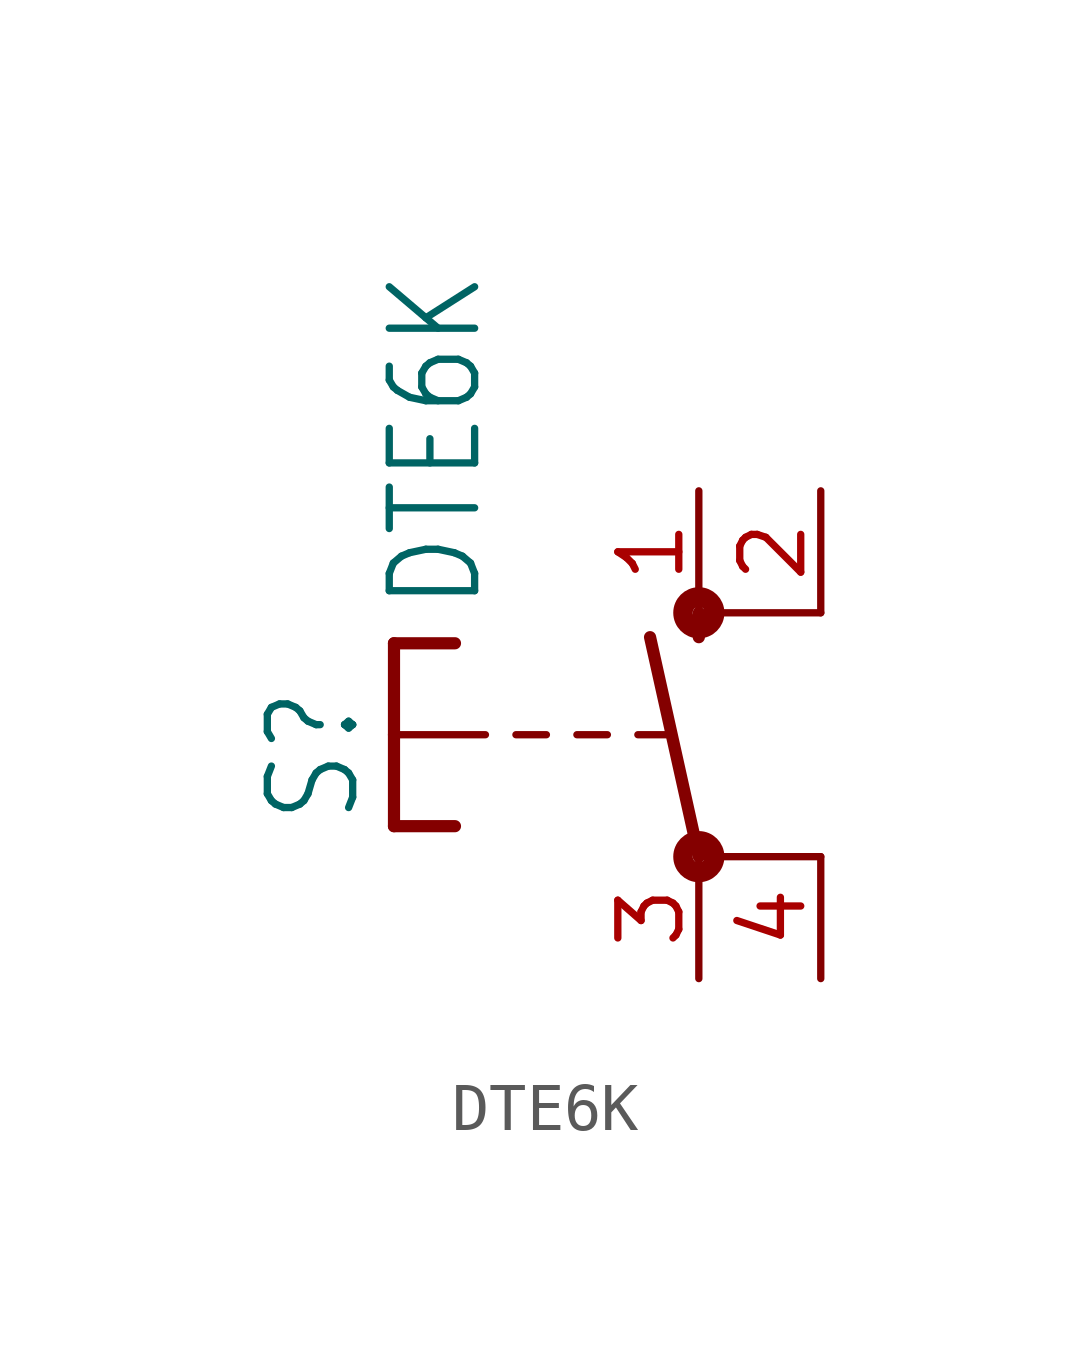
<source format=kicad_sym>
(kicad_symbol_lib
  (version 20211014)
  (generator kicad_symbol_editor)
  (symbol "DTE6K"
    (property "Reference" "S"
      (at -6.985 -1.905 90)
      (effects (font (size 1.778 1.511)) (justify left bottom)))
    (property "Value" "DTE6K"
      (at -4.445 2.54 90)
      (effects (font (size 1.778 1.511)) (justify left bottom)))
    (property "ki_locked" ""
      (at 0 0 0)
      (effects (font (size 1.27 1.27))))
    (symbol "DTE6K_1_0"
      (circle (center 0 -2.54) (radius 0.127) (stroke (width 0.406) (type default) (color 0 0 0 0)) (fill (type none)))
      (polyline (pts (xy -6.35 -1.905) (xy -5.08 -1.905)) (stroke (width 0.254) (type default) (color 0 0 0 0)) (fill (type none)))
      (polyline (pts (xy -6.35 0) (xy -6.35 -1.905)) (stroke (width 0.254) (type default) (color 0 0 0 0)) (fill (type none)))
      (polyline (pts (xy -6.35 0) (xy -4.445 0)) (stroke (width 0.152) (type default) (color 0 0 0 0)) (fill (type none)))
      (polyline (pts (xy -6.35 1.905) (xy -6.35 0)) (stroke (width 0.254) (type default) (color 0 0 0 0)) (fill (type none)))
      (polyline (pts (xy -6.35 1.905) (xy -5.08 1.905)) (stroke (width 0.254) (type default) (color 0 0 0 0)) (fill (type none)))
      (polyline (pts (xy -3.81 0) (xy -3.175 0)) (stroke (width 0.152) (type default) (color 0 0 0 0)) (fill (type none)))
      (polyline (pts (xy -2.54 0) (xy -1.905 0)) (stroke (width 0.152) (type default) (color 0 0 0 0)) (fill (type none)))
      (polyline (pts (xy -1.27 0) (xy -0.635 0)) (stroke (width 0.152) (type default) (color 0 0 0 0)) (fill (type none)))
      (polyline (pts (xy 0 -2.54) (xy -1.016 2.032)) (stroke (width 0.254) (type default) (color 0 0 0 0)) (fill (type none)))
      (polyline (pts (xy 0 2.032) (xy 0 2.54)) (stroke (width 0.254) (type default) (color 0 0 0 0)) (fill (type none)))
      (polyline (pts (xy 2.54 -2.54) (xy 0 -2.54)) (stroke (width 0.152) (type default) (color 0 0 0 0)) (fill (type none)))
      (polyline (pts (xy 2.54 2.54) (xy 0 2.54)) (stroke (width 0.152) (type default) (color 0 0 0 0)) (fill (type none)))
      (circle (center 0 2.54) (radius 0.127) (stroke (width 0.406) (type default) (color 0 0 0 0)) (fill (type none)))
      (pin passive line (at 0 5.08 270) (length 2.54) (name "S" (effects (font (size 0 0)))) (number "1" (effects (font (size 1.27 1.27)))))
      (pin passive line (at 2.54 5.08 270) (length 2.54) (name "S@1" (effects (font (size 0 0)))) (number "2" (effects (font (size 1.27 1.27)))))
      (pin passive line (at 0 -5.08 90) (length 2.54) (name "P" (effects (font (size 0 0)))) (number "3" (effects (font (size 1.27 1.27)))))
      (pin passive line (at 2.54 -5.08 90) (length 2.54) (name "P@1" (effects (font (size 0 0)))) (number "4" (effects (font (size 1.27 1.27))))))))
</source>
